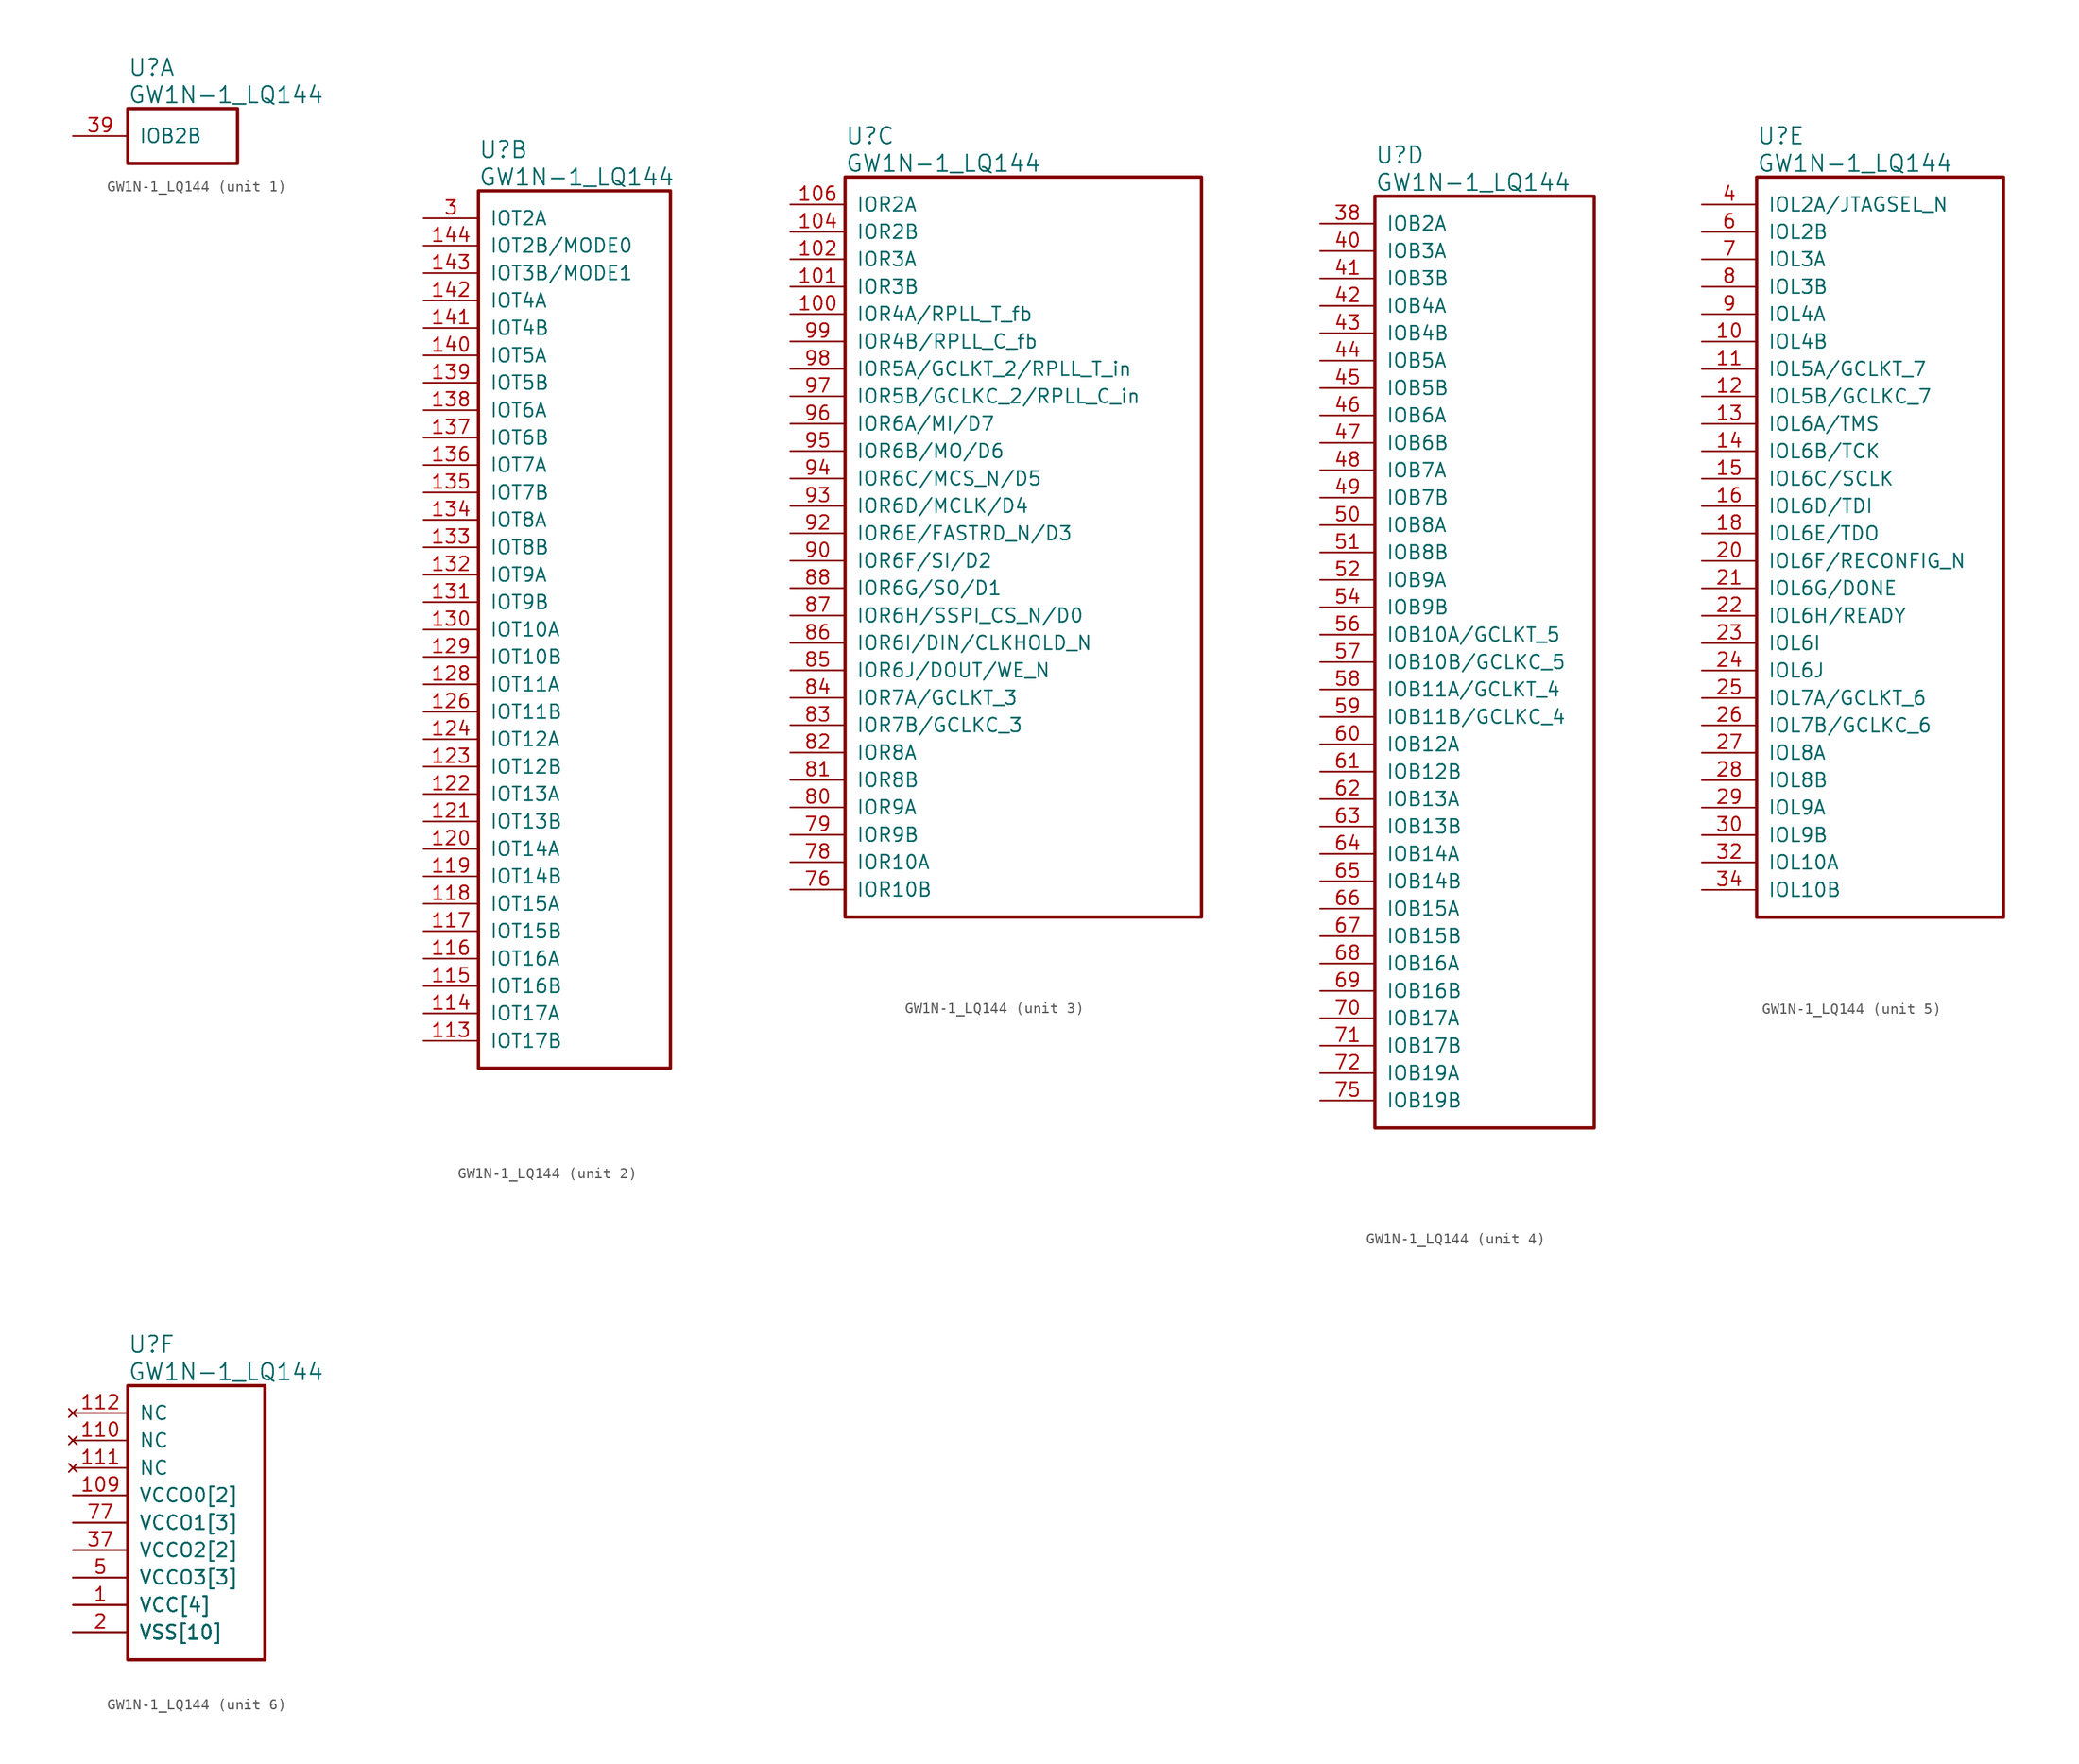
<source format=kicad_sym>
(kicad_symbol_lib
  (version 20211014)
  (generator kicad_symbol_editor)
  (symbol "GW1N-1_LQ144"
    (pin_names
      (offset 1.016))
    (property "Reference" "U"
      (at 5.08 6.35 0)
      (effects (font (size 1.524 1.524)) (justify left)))
    (property "Value" "GW1N-1_LQ144"
      (at 5.08 3.81 0)
      (effects (font (size 1.524 1.524)) (justify left)))
    (property "ki_locked" ""
      (at 0 0 0)
      (effects (font (size 1.27 1.27))))
    (symbol "GW1N-1_LQ144_1_1"
      (rectangle (start 5.08 2.54) (end 15.24 -2.54) (stroke (width 0.305) (type default) (color 0 0 0 0)) (fill (type none)))
      (pin bidirectional line (at 0 0 0) (length 5.08) (name "IOB2B" (effects (font (size 1.27 1.27)))) (number "39" (effects (font (size 1.27 1.27))))))
    (symbol "GW1N-1_LQ144_2_1"
      (rectangle (start 5.08 2.54) (end 22.86 -78.74) (stroke (width 0.305) (type default) (color 0 0 0 0)) (fill (type none)))
      (pin bidirectional line (at 0 -76.2 0) (length 5.08) (name "IOT17B" (effects (font (size 1.27 1.27)))) (number "113" (effects (font (size 1.27 1.27)))))
      (pin bidirectional line (at 0 -73.66 0) (length 5.08) (name "IOT17A" (effects (font (size 1.27 1.27)))) (number "114" (effects (font (size 1.27 1.27)))))
      (pin bidirectional line (at 0 -71.12 0) (length 5.08) (name "IOT16B" (effects (font (size 1.27 1.27)))) (number "115" (effects (font (size 1.27 1.27)))))
      (pin bidirectional line (at 0 -68.58 0) (length 5.08) (name "IOT16A" (effects (font (size 1.27 1.27)))) (number "116" (effects (font (size 1.27 1.27)))))
      (pin bidirectional line (at 0 -66.04 0) (length 5.08) (name "IOT15B" (effects (font (size 1.27 1.27)))) (number "117" (effects (font (size 1.27 1.27)))))
      (pin bidirectional line (at 0 -63.5 0) (length 5.08) (name "IOT15A" (effects (font (size 1.27 1.27)))) (number "118" (effects (font (size 1.27 1.27)))))
      (pin bidirectional line (at 0 -60.96 0) (length 5.08) (name "IOT14B" (effects (font (size 1.27 1.27)))) (number "119" (effects (font (size 1.27 1.27)))))
      (pin bidirectional line (at 0 -58.42 0) (length 5.08) (name "IOT14A" (effects (font (size 1.27 1.27)))) (number "120" (effects (font (size 1.27 1.27)))))
      (pin bidirectional line (at 0 -55.88 0) (length 5.08) (name "IOT13B" (effects (font (size 1.27 1.27)))) (number "121" (effects (font (size 1.27 1.27)))))
      (pin bidirectional line (at 0 -53.34 0) (length 5.08) (name "IOT13A" (effects (font (size 1.27 1.27)))) (number "122" (effects (font (size 1.27 1.27)))))
      (pin bidirectional line (at 0 -50.8 0) (length 5.08) (name "IOT12B" (effects (font (size 1.27 1.27)))) (number "123" (effects (font (size 1.27 1.27)))))
      (pin bidirectional line (at 0 -48.26 0) (length 5.08) (name "IOT12A" (effects (font (size 1.27 1.27)))) (number "124" (effects (font (size 1.27 1.27)))))
      (pin bidirectional line (at 0 -45.72 0) (length 5.08) (name "IOT11B" (effects (font (size 1.27 1.27)))) (number "126" (effects (font (size 1.27 1.27)))))
      (pin bidirectional line (at 0 -43.18 0) (length 5.08) (name "IOT11A" (effects (font (size 1.27 1.27)))) (number "128" (effects (font (size 1.27 1.27)))))
      (pin bidirectional line (at 0 -40.64 0) (length 5.08) (name "IOT10B" (effects (font (size 1.27 1.27)))) (number "129" (effects (font (size 1.27 1.27)))))
      (pin bidirectional line (at 0 -38.1 0) (length 5.08) (name "IOT10A" (effects (font (size 1.27 1.27)))) (number "130" (effects (font (size 1.27 1.27)))))
      (pin bidirectional line (at 0 -35.56 0) (length 5.08) (name "IOT9B" (effects (font (size 1.27 1.27)))) (number "131" (effects (font (size 1.27 1.27)))))
      (pin bidirectional line (at 0 -33.02 0) (length 5.08) (name "IOT9A" (effects (font (size 1.27 1.27)))) (number "132" (effects (font (size 1.27 1.27)))))
      (pin bidirectional line (at 0 -30.48 0) (length 5.08) (name "IOT8B" (effects (font (size 1.27 1.27)))) (number "133" (effects (font (size 1.27 1.27)))))
      (pin bidirectional line (at 0 -27.94 0) (length 5.08) (name "IOT8A" (effects (font (size 1.27 1.27)))) (number "134" (effects (font (size 1.27 1.27)))))
      (pin bidirectional line (at 0 -25.4 0) (length 5.08) (name "IOT7B" (effects (font (size 1.27 1.27)))) (number "135" (effects (font (size 1.27 1.27)))))
      (pin bidirectional line (at 0 -22.86 0) (length 5.08) (name "IOT7A" (effects (font (size 1.27 1.27)))) (number "136" (effects (font (size 1.27 1.27)))))
      (pin bidirectional line (at 0 -20.32 0) (length 5.08) (name "IOT6B" (effects (font (size 1.27 1.27)))) (number "137" (effects (font (size 1.27 1.27)))))
      (pin bidirectional line (at 0 -17.78 0) (length 5.08) (name "IOT6A" (effects (font (size 1.27 1.27)))) (number "138" (effects (font (size 1.27 1.27)))))
      (pin bidirectional line (at 0 -15.24 0) (length 5.08) (name "IOT5B" (effects (font (size 1.27 1.27)))) (number "139" (effects (font (size 1.27 1.27)))))
      (pin bidirectional line (at 0 -12.7 0) (length 5.08) (name "IOT5A" (effects (font (size 1.27 1.27)))) (number "140" (effects (font (size 1.27 1.27)))))
      (pin bidirectional line (at 0 -10.16 0) (length 5.08) (name "IOT4B" (effects (font (size 1.27 1.27)))) (number "141" (effects (font (size 1.27 1.27)))))
      (pin bidirectional line (at 0 -7.62 0) (length 5.08) (name "IOT4A" (effects (font (size 1.27 1.27)))) (number "142" (effects (font (size 1.27 1.27)))))
      (pin bidirectional line (at 0 -5.08 0) (length 5.08) (name "IOT3B/MODE1" (effects (font (size 1.27 1.27)))) (number "143" (effects (font (size 1.27 1.27)))))
      (pin bidirectional line (at 0 -2.54 0) (length 5.08) (name "IOT2B/MODE0" (effects (font (size 1.27 1.27)))) (number "144" (effects (font (size 1.27 1.27)))))
      (pin bidirectional line (at 0 0 0) (length 5.08) (name "IOT2A" (effects (font (size 1.27 1.27)))) (number "3" (effects (font (size 1.27 1.27))))))
    (symbol "GW1N-1_LQ144_3_1"
      (rectangle (start 5.08 2.54) (end 38.1 -66.04) (stroke (width 0.305) (type default) (color 0 0 0 0)) (fill (type none)))
      (pin bidirectional line (at 0 -10.16 0) (length 5.08) (name "IOR4A/RPLL_T_fb" (effects (font (size 1.27 1.27)))) (number "100" (effects (font (size 1.27 1.27)))))
      (pin bidirectional line (at 0 -7.62 0) (length 5.08) (name "IOR3B" (effects (font (size 1.27 1.27)))) (number "101" (effects (font (size 1.27 1.27)))))
      (pin bidirectional line (at 0 -5.08 0) (length 5.08) (name "IOR3A" (effects (font (size 1.27 1.27)))) (number "102" (effects (font (size 1.27 1.27)))))
      (pin bidirectional line (at 0 -2.54 0) (length 5.08) (name "IOR2B" (effects (font (size 1.27 1.27)))) (number "104" (effects (font (size 1.27 1.27)))))
      (pin bidirectional line (at 0 0 0) (length 5.08) (name "IOR2A" (effects (font (size 1.27 1.27)))) (number "106" (effects (font (size 1.27 1.27)))))
      (pin bidirectional line (at 0 -63.5 0) (length 5.08) (name "IOR10B" (effects (font (size 1.27 1.27)))) (number "76" (effects (font (size 1.27 1.27)))))
      (pin bidirectional line (at 0 -60.96 0) (length 5.08) (name "IOR10A" (effects (font (size 1.27 1.27)))) (number "78" (effects (font (size 1.27 1.27)))))
      (pin bidirectional line (at 0 -58.42 0) (length 5.08) (name "IOR9B" (effects (font (size 1.27 1.27)))) (number "79" (effects (font (size 1.27 1.27)))))
      (pin bidirectional line (at 0 -55.88 0) (length 5.08) (name "IOR9A" (effects (font (size 1.27 1.27)))) (number "80" (effects (font (size 1.27 1.27)))))
      (pin bidirectional line (at 0 -53.34 0) (length 5.08) (name "IOR8B" (effects (font (size 1.27 1.27)))) (number "81" (effects (font (size 1.27 1.27)))))
      (pin bidirectional line (at 0 -50.8 0) (length 5.08) (name "IOR8A" (effects (font (size 1.27 1.27)))) (number "82" (effects (font (size 1.27 1.27)))))
      (pin bidirectional line (at 0 -48.26 0) (length 5.08) (name "IOR7B/GCLKC_3" (effects (font (size 1.27 1.27)))) (number "83" (effects (font (size 1.27 1.27)))))
      (pin bidirectional line (at 0 -45.72 0) (length 5.08) (name "IOR7A/GCLKT_3" (effects (font (size 1.27 1.27)))) (number "84" (effects (font (size 1.27 1.27)))))
      (pin bidirectional line (at 0 -43.18 0) (length 5.08) (name "IOR6J/DOUT/WE_N" (effects (font (size 1.27 1.27)))) (number "85" (effects (font (size 1.27 1.27)))))
      (pin bidirectional line (at 0 -40.64 0) (length 5.08) (name "IOR6I/DIN/CLKHOLD_N" (effects (font (size 1.27 1.27)))) (number "86" (effects (font (size 1.27 1.27)))))
      (pin bidirectional line (at 0 -38.1 0) (length 5.08) (name "IOR6H/SSPI_CS_N/D0" (effects (font (size 1.27 1.27)))) (number "87" (effects (font (size 1.27 1.27)))))
      (pin bidirectional line (at 0 -35.56 0) (length 5.08) (name "IOR6G/SO/D1" (effects (font (size 1.27 1.27)))) (number "88" (effects (font (size 1.27 1.27)))))
      (pin bidirectional line (at 0 -33.02 0) (length 5.08) (name "IOR6F/SI/D2" (effects (font (size 1.27 1.27)))) (number "90" (effects (font (size 1.27 1.27)))))
      (pin bidirectional line (at 0 -30.48 0) (length 5.08) (name "IOR6E/FASTRD_N/D3" (effects (font (size 1.27 1.27)))) (number "92" (effects (font (size 1.27 1.27)))))
      (pin bidirectional line (at 0 -27.94 0) (length 5.08) (name "IOR6D/MCLK/D4" (effects (font (size 1.27 1.27)))) (number "93" (effects (font (size 1.27 1.27)))))
      (pin bidirectional line (at 0 -25.4 0) (length 5.08) (name "IOR6C/MCS_N/D5" (effects (font (size 1.27 1.27)))) (number "94" (effects (font (size 1.27 1.27)))))
      (pin bidirectional line (at 0 -22.86 0) (length 5.08) (name "IOR6B/MO/D6" (effects (font (size 1.27 1.27)))) (number "95" (effects (font (size 1.27 1.27)))))
      (pin bidirectional line (at 0 -20.32 0) (length 5.08) (name "IOR6A/MI/D7" (effects (font (size 1.27 1.27)))) (number "96" (effects (font (size 1.27 1.27)))))
      (pin bidirectional line (at 0 -17.78 0) (length 5.08) (name "IOR5B/GCLKC_2/RPLL_C_in" (effects (font (size 1.27 1.27)))) (number "97" (effects (font (size 1.27 1.27)))))
      (pin bidirectional line (at 0 -15.24 0) (length 5.08) (name "IOR5A/GCLKT_2/RPLL_T_in" (effects (font (size 1.27 1.27)))) (number "98" (effects (font (size 1.27 1.27)))))
      (pin bidirectional line (at 0 -12.7 0) (length 5.08) (name "IOR4B/RPLL_C_fb" (effects (font (size 1.27 1.27)))) (number "99" (effects (font (size 1.27 1.27))))))
    (symbol "GW1N-1_LQ144_4_1"
      (rectangle (start 5.08 2.54) (end 25.4 -83.82) (stroke (width 0.305) (type default) (color 0 0 0 0)) (fill (type none)))
      (pin bidirectional line (at 0 0 0) (length 5.08) (name "IOB2A" (effects (font (size 1.27 1.27)))) (number "38" (effects (font (size 1.27 1.27)))))
      (pin bidirectional line (at 0 -2.54 0) (length 5.08) (name "IOB3A" (effects (font (size 1.27 1.27)))) (number "40" (effects (font (size 1.27 1.27)))))
      (pin bidirectional line (at 0 -5.08 0) (length 5.08) (name "IOB3B" (effects (font (size 1.27 1.27)))) (number "41" (effects (font (size 1.27 1.27)))))
      (pin bidirectional line (at 0 -7.62 0) (length 5.08) (name "IOB4A" (effects (font (size 1.27 1.27)))) (number "42" (effects (font (size 1.27 1.27)))))
      (pin bidirectional line (at 0 -10.16 0) (length 5.08) (name "IOB4B" (effects (font (size 1.27 1.27)))) (number "43" (effects (font (size 1.27 1.27)))))
      (pin bidirectional line (at 0 -12.7 0) (length 5.08) (name "IOB5A" (effects (font (size 1.27 1.27)))) (number "44" (effects (font (size 1.27 1.27)))))
      (pin bidirectional line (at 0 -15.24 0) (length 5.08) (name "IOB5B" (effects (font (size 1.27 1.27)))) (number "45" (effects (font (size 1.27 1.27)))))
      (pin bidirectional line (at 0 -17.78 0) (length 5.08) (name "IOB6A" (effects (font (size 1.27 1.27)))) (number "46" (effects (font (size 1.27 1.27)))))
      (pin bidirectional line (at 0 -20.32 0) (length 5.08) (name "IOB6B" (effects (font (size 1.27 1.27)))) (number "47" (effects (font (size 1.27 1.27)))))
      (pin bidirectional line (at 0 -22.86 0) (length 5.08) (name "IOB7A" (effects (font (size 1.27 1.27)))) (number "48" (effects (font (size 1.27 1.27)))))
      (pin bidirectional line (at 0 -25.4 0) (length 5.08) (name "IOB7B" (effects (font (size 1.27 1.27)))) (number "49" (effects (font (size 1.27 1.27)))))
      (pin bidirectional line (at 0 -27.94 0) (length 5.08) (name "IOB8A" (effects (font (size 1.27 1.27)))) (number "50" (effects (font (size 1.27 1.27)))))
      (pin bidirectional line (at 0 -30.48 0) (length 5.08) (name "IOB8B" (effects (font (size 1.27 1.27)))) (number "51" (effects (font (size 1.27 1.27)))))
      (pin bidirectional line (at 0 -33.02 0) (length 5.08) (name "IOB9A" (effects (font (size 1.27 1.27)))) (number "52" (effects (font (size 1.27 1.27)))))
      (pin bidirectional line (at 0 -35.56 0) (length 5.08) (name "IOB9B" (effects (font (size 1.27 1.27)))) (number "54" (effects (font (size 1.27 1.27)))))
      (pin bidirectional line (at 0 -38.1 0) (length 5.08) (name "IOB10A/GCLKT_5" (effects (font (size 1.27 1.27)))) (number "56" (effects (font (size 1.27 1.27)))))
      (pin bidirectional line (at 0 -40.64 0) (length 5.08) (name "IOB10B/GCLKC_5" (effects (font (size 1.27 1.27)))) (number "57" (effects (font (size 1.27 1.27)))))
      (pin bidirectional line (at 0 -43.18 0) (length 5.08) (name "IOB11A/GCLKT_4" (effects (font (size 1.27 1.27)))) (number "58" (effects (font (size 1.27 1.27)))))
      (pin bidirectional line (at 0 -45.72 0) (length 5.08) (name "IOB11B/GCLKC_4" (effects (font (size 1.27 1.27)))) (number "59" (effects (font (size 1.27 1.27)))))
      (pin bidirectional line (at 0 -48.26 0) (length 5.08) (name "IOB12A" (effects (font (size 1.27 1.27)))) (number "60" (effects (font (size 1.27 1.27)))))
      (pin bidirectional line (at 0 -50.8 0) (length 5.08) (name "IOB12B" (effects (font (size 1.27 1.27)))) (number "61" (effects (font (size 1.27 1.27)))))
      (pin bidirectional line (at 0 -53.34 0) (length 5.08) (name "IOB13A" (effects (font (size 1.27 1.27)))) (number "62" (effects (font (size 1.27 1.27)))))
      (pin bidirectional line (at 0 -55.88 0) (length 5.08) (name "IOB13B" (effects (font (size 1.27 1.27)))) (number "63" (effects (font (size 1.27 1.27)))))
      (pin bidirectional line (at 0 -58.42 0) (length 5.08) (name "IOB14A" (effects (font (size 1.27 1.27)))) (number "64" (effects (font (size 1.27 1.27)))))
      (pin bidirectional line (at 0 -60.96 0) (length 5.08) (name "IOB14B" (effects (font (size 1.27 1.27)))) (number "65" (effects (font (size 1.27 1.27)))))
      (pin bidirectional line (at 0 -63.5 0) (length 5.08) (name "IOB15A" (effects (font (size 1.27 1.27)))) (number "66" (effects (font (size 1.27 1.27)))))
      (pin bidirectional line (at 0 -66.04 0) (length 5.08) (name "IOB15B" (effects (font (size 1.27 1.27)))) (number "67" (effects (font (size 1.27 1.27)))))
      (pin bidirectional line (at 0 -68.58 0) (length 5.08) (name "IOB16A" (effects (font (size 1.27 1.27)))) (number "68" (effects (font (size 1.27 1.27)))))
      (pin bidirectional line (at 0 -71.12 0) (length 5.08) (name "IOB16B" (effects (font (size 1.27 1.27)))) (number "69" (effects (font (size 1.27 1.27)))))
      (pin bidirectional line (at 0 -73.66 0) (length 5.08) (name "IOB17A" (effects (font (size 1.27 1.27)))) (number "70" (effects (font (size 1.27 1.27)))))
      (pin bidirectional line (at 0 -76.2 0) (length 5.08) (name "IOB17B" (effects (font (size 1.27 1.27)))) (number "71" (effects (font (size 1.27 1.27)))))
      (pin bidirectional line (at 0 -78.74 0) (length 5.08) (name "IOB19A" (effects (font (size 1.27 1.27)))) (number "72" (effects (font (size 1.27 1.27)))))
      (pin bidirectional line (at 0 -81.28 0) (length 5.08) (name "IOB19B" (effects (font (size 1.27 1.27)))) (number "75" (effects (font (size 1.27 1.27))))))
    (symbol "GW1N-1_LQ144_5_1"
      (rectangle (start 5.08 2.54) (end 27.94 -66.04) (stroke (width 0.305) (type default) (color 0 0 0 0)) (fill (type none)))
      (pin bidirectional line (at 0 -12.7 0) (length 5.08) (name "IOL4B" (effects (font (size 1.27 1.27)))) (number "10" (effects (font (size 1.27 1.27)))))
      (pin bidirectional line (at 0 -15.24 0) (length 5.08) (name "IOL5A/GCLKT_7" (effects (font (size 1.27 1.27)))) (number "11" (effects (font (size 1.27 1.27)))))
      (pin bidirectional line (at 0 -17.78 0) (length 5.08) (name "IOL5B/GCLKC_7" (effects (font (size 1.27 1.27)))) (number "12" (effects (font (size 1.27 1.27)))))
      (pin bidirectional line (at 0 -20.32 0) (length 5.08) (name "IOL6A/TMS" (effects (font (size 1.27 1.27)))) (number "13" (effects (font (size 1.27 1.27)))))
      (pin bidirectional line (at 0 -22.86 0) (length 5.08) (name "IOL6B/TCK" (effects (font (size 1.27 1.27)))) (number "14" (effects (font (size 1.27 1.27)))))
      (pin bidirectional line (at 0 -25.4 0) (length 5.08) (name "IOL6C/SCLK" (effects (font (size 1.27 1.27)))) (number "15" (effects (font (size 1.27 1.27)))))
      (pin bidirectional line (at 0 -27.94 0) (length 5.08) (name "IOL6D/TDI" (effects (font (size 1.27 1.27)))) (number "16" (effects (font (size 1.27 1.27)))))
      (pin bidirectional line (at 0 -30.48 0) (length 5.08) (name "IOL6E/TDO" (effects (font (size 1.27 1.27)))) (number "18" (effects (font (size 1.27 1.27)))))
      (pin bidirectional line (at 0 -33.02 0) (length 5.08) (name "IOL6F/RECONFIG_N" (effects (font (size 1.27 1.27)))) (number "20" (effects (font (size 1.27 1.27)))))
      (pin bidirectional line (at 0 -35.56 0) (length 5.08) (name "IOL6G/DONE" (effects (font (size 1.27 1.27)))) (number "21" (effects (font (size 1.27 1.27)))))
      (pin bidirectional line (at 0 -38.1 0) (length 5.08) (name "IOL6H/READY" (effects (font (size 1.27 1.27)))) (number "22" (effects (font (size 1.27 1.27)))))
      (pin bidirectional line (at 0 -40.64 0) (length 5.08) (name "IOL6I" (effects (font (size 1.27 1.27)))) (number "23" (effects (font (size 1.27 1.27)))))
      (pin bidirectional line (at 0 -43.18 0) (length 5.08) (name "IOL6J" (effects (font (size 1.27 1.27)))) (number "24" (effects (font (size 1.27 1.27)))))
      (pin bidirectional line (at 0 -45.72 0) (length 5.08) (name "IOL7A/GCLKT_6" (effects (font (size 1.27 1.27)))) (number "25" (effects (font (size 1.27 1.27)))))
      (pin bidirectional line (at 0 -48.26 0) (length 5.08) (name "IOL7B/GCLKC_6" (effects (font (size 1.27 1.27)))) (number "26" (effects (font (size 1.27 1.27)))))
      (pin bidirectional line (at 0 -50.8 0) (length 5.08) (name "IOL8A" (effects (font (size 1.27 1.27)))) (number "27" (effects (font (size 1.27 1.27)))))
      (pin bidirectional line (at 0 -53.34 0) (length 5.08) (name "IOL8B" (effects (font (size 1.27 1.27)))) (number "28" (effects (font (size 1.27 1.27)))))
      (pin bidirectional line (at 0 -55.88 0) (length 5.08) (name "IOL9A" (effects (font (size 1.27 1.27)))) (number "29" (effects (font (size 1.27 1.27)))))
      (pin bidirectional line (at 0 -58.42 0) (length 5.08) (name "IOL9B" (effects (font (size 1.27 1.27)))) (number "30" (effects (font (size 1.27 1.27)))))
      (pin bidirectional line (at 0 -60.96 0) (length 5.08) (name "IOL10A" (effects (font (size 1.27 1.27)))) (number "32" (effects (font (size 1.27 1.27)))))
      (pin bidirectional line (at 0 -63.5 0) (length 5.08) (name "IOL10B" (effects (font (size 1.27 1.27)))) (number "34" (effects (font (size 1.27 1.27)))))
      (pin bidirectional line (at 0 0 0) (length 5.08) (name "IOL2A/JTAGSEL_N" (effects (font (size 1.27 1.27)))) (number "4" (effects (font (size 1.27 1.27)))))
      (pin bidirectional line (at 0 -2.54 0) (length 5.08) (name "IOL2B" (effects (font (size 1.27 1.27)))) (number "6" (effects (font (size 1.27 1.27)))))
      (pin bidirectional line (at 0 -5.08 0) (length 5.08) (name "IOL3A" (effects (font (size 1.27 1.27)))) (number "7" (effects (font (size 1.27 1.27)))))
      (pin bidirectional line (at 0 -7.62 0) (length 5.08) (name "IOL3B" (effects (font (size 1.27 1.27)))) (number "8" (effects (font (size 1.27 1.27)))))
      (pin bidirectional line (at 0 -10.16 0) (length 5.08) (name "IOL4A" (effects (font (size 1.27 1.27)))) (number "9" (effects (font (size 1.27 1.27))))))
    (symbol "GW1N-1_LQ144_6_1"
      (rectangle (start 5.08 2.54) (end 17.78 -22.86) (stroke (width 0.305) (type default) (color 0 0 0 0)) (fill (type none)))
      (pin power_in line (at 0 -17.78 0) (length 5.08) (name "VCC[4]" (effects (font (size 1.27 1.27)))) (number "1" (effects (font (size 1.27 1.27)))))
      (pin power_in line (at 0 -10.16 0) (length 5.08) (name "VCCO1[3]" (effects (font (size 1.27 1.27)))) (number "103" (effects (font (size 0 0)))))
      (pin power_in line (at 0 -20.32 0) (length 5.08) (name "VSS[10]" (effects (font (size 1.27 1.27)))) (number "105" (effects (font (size 0 0)))))
      (pin power_in line (at 0 -20.32 0) (length 5.08) (name "VSS[10]" (effects (font (size 1.27 1.27)))) (number "107" (effects (font (size 0 0)))))
      (pin power_in line (at 0 -17.78 0) (length 5.08) (name "VCC[4]" (effects (font (size 1.27 1.27)))) (number "108" (effects (font (size 0 0)))))
      (pin power_in line (at 0 -7.62 0) (length 5.08) (name "VCCO0[2]" (effects (font (size 1.27 1.27)))) (number "109" (effects (font (size 1.27 1.27)))))
      (pin no_connect line (at 0 -2.54 0) (length 5.08) (name "NC" (effects (font (size 1.27 1.27)))) (number "110" (effects (font (size 1.27 1.27)))))
      (pin no_connect line (at 0 -5.08 0) (length 5.08) (name "NC" (effects (font (size 1.27 1.27)))) (number "111" (effects (font (size 1.27 1.27)))))
      (pin no_connect line (at 0 0 0) (length 5.08) (name "NC" (effects (font (size 1.27 1.27)))) (number "112" (effects (font (size 1.27 1.27)))))
      (pin power_in line (at 0 -20.32 0) (length 5.08) (name "VSS[10]" (effects (font (size 1.27 1.27)))) (number "125" (effects (font (size 0 0)))))
      (pin power_in line (at 0 -7.62 0) (length 5.08) (name "VCCO0[2]" (effects (font (size 1.27 1.27)))) (number "127" (effects (font (size 0 0)))))
      (pin power_in line (at 0 -20.32 0) (length 5.08) (name "VSS[10]" (effects (font (size 1.27 1.27)))) (number "17" (effects (font (size 0 0)))))
      (pin power_in line (at 0 -15.24 0) (length 5.08) (name "VCCO3[3]" (effects (font (size 1.27 1.27)))) (number "19" (effects (font (size 0 0)))))
      (pin power_in line (at 0 -20.32 0) (length 5.08) (name "VSS[10]" (effects (font (size 1.27 1.27)))) (number "2" (effects (font (size 1.27 1.27)))))
      (pin power_in line (at 0 -15.24 0) (length 5.08) (name "VCCO3[3]" (effects (font (size 1.27 1.27)))) (number "31" (effects (font (size 0 0)))))
      (pin power_in line (at 0 -20.32 0) (length 5.08) (name "VSS[10]" (effects (font (size 1.27 1.27)))) (number "33" (effects (font (size 0 0)))))
      (pin power_in line (at 0 -20.32 0) (length 5.08) (name "VSS[10]" (effects (font (size 1.27 1.27)))) (number "35" (effects (font (size 0 0)))))
      (pin power_in line (at 0 -17.78 0) (length 5.08) (name "VCC[4]" (effects (font (size 1.27 1.27)))) (number "36" (effects (font (size 0 0)))))
      (pin power_in line (at 0 -12.7 0) (length 5.08) (name "VCCO2[2]" (effects (font (size 1.27 1.27)))) (number "37" (effects (font (size 1.27 1.27)))))
      (pin power_in line (at 0 -15.24 0) (length 5.08) (name "VCCO3[3]" (effects (font (size 1.27 1.27)))) (number "5" (effects (font (size 1.27 1.27)))))
      (pin power_in line (at 0 -20.32 0) (length 5.08) (name "VSS[10]" (effects (font (size 1.27 1.27)))) (number "53" (effects (font (size 0 0)))))
      (pin power_in line (at 0 -12.7 0) (length 5.08) (name "VCCO2[2]" (effects (font (size 1.27 1.27)))) (number "55" (effects (font (size 0 0)))))
      (pin power_in line (at 0 -17.78 0) (length 5.08) (name "VCC[4]" (effects (font (size 1.27 1.27)))) (number "73" (effects (font (size 0 0)))))
      (pin power_in line (at 0 -20.32 0) (length 5.08) (name "VSS[10]" (effects (font (size 1.27 1.27)))) (number "74" (effects (font (size 0 0)))))
      (pin power_in line (at 0 -10.16 0) (length 5.08) (name "VCCO1[3]" (effects (font (size 1.27 1.27)))) (number "77" (effects (font (size 1.27 1.27)))))
      (pin power_in line (at 0 -20.32 0) (length 5.08) (name "VSS[10]" (effects (font (size 1.27 1.27)))) (number "89" (effects (font (size 0 0)))))
      (pin power_in line (at 0 -10.16 0) (length 5.08) (name "VCCO1[3]" (effects (font (size 1.27 1.27)))) (number "91" (effects (font (size 0 0))))))))
</source>
